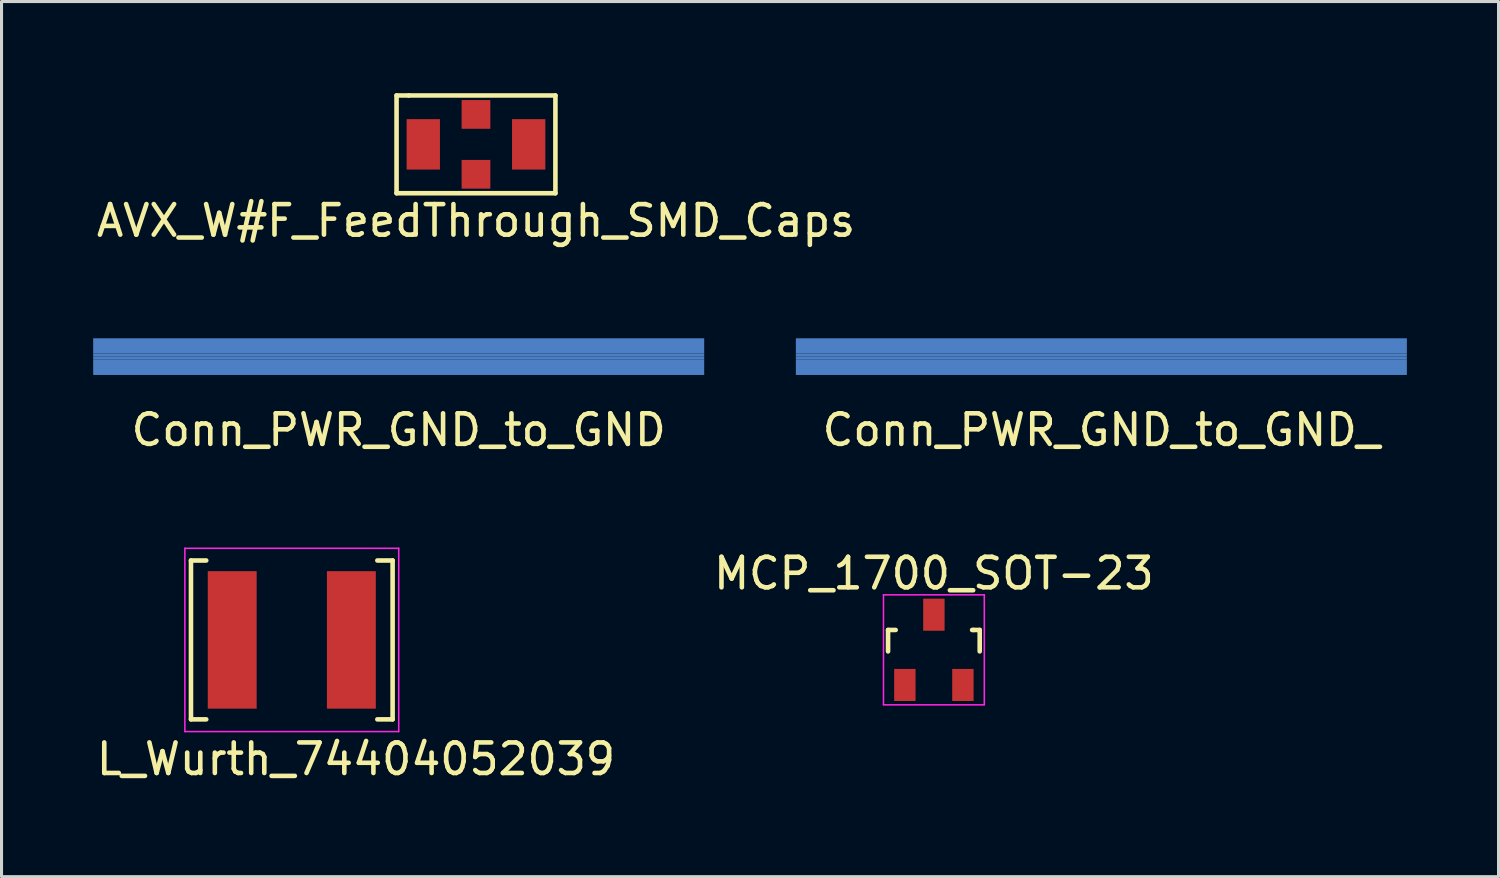
<source format=kicad_pcb>
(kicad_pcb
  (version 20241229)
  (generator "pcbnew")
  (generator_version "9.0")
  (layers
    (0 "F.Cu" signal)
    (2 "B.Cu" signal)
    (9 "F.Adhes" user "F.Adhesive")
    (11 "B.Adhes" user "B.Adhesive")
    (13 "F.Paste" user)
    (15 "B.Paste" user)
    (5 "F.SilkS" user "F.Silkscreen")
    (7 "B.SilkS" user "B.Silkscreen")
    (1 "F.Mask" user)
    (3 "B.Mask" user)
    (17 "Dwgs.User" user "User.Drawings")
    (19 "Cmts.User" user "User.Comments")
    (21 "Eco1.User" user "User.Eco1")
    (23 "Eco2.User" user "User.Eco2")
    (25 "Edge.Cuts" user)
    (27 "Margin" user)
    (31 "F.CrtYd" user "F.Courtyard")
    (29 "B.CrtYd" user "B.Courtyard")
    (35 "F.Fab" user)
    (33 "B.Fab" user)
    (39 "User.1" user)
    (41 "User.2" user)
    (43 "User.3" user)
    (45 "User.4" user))
  (footprint "L_Wurth_74404052039"
    (layer "F.Cu")
    (at 6.501 17.896)
    (property "Reference" "L_Wurth_74404052039" (at 2.1 3.9 0) (layer "F.SilkS") (effects (font (size 1 1) (thickness 0.15))))
    (attr through_hole)
    (fp_line (start -3.3 -2.6) (end -3.3 2.6) (stroke (width 0.15) (type solid)) (layer "F.SilkS"))
    (fp_line (start -3.3 2.6) (end -2.8 2.6) (stroke (width 0.15) (type solid)) (layer "F.SilkS"))
    (fp_line (start -2.8 -2.6) (end -3.3 -2.6) (stroke (width 0.15) (type solid)) (layer "F.SilkS"))
    (fp_line (start 2.8 2.6) (end 3.3 2.6) (stroke (width 0.15) (type solid)) (layer "F.SilkS"))
    (fp_line (start 3.3 -2.6) (end 2.8 -2.6) (stroke (width 0.15) (type solid)) (layer "F.SilkS"))
    (fp_line (start 3.3 2.6) (end 3.3 -2.6) (stroke (width 0.15) (type solid)) (layer "F.SilkS"))
    (fp_line (start -3.5 -3) (end 3.5 -3) (stroke (width 0.05) (type solid)) (layer "F.CrtYd"))
    (fp_line (start -3.5 3) (end -3.5 -3) (stroke (width 0.05) (type solid)) (layer "F.CrtYd"))
    (fp_line (start 3.5 -3) (end 3.5 3) (stroke (width 0.05) (type solid)) (layer "F.CrtYd"))
    (fp_line (start 3.5 3) (end -3.5 3) (stroke (width 0.05) (type solid)) (layer "F.CrtYd"))
    (pad "1" smd rect (at -1.95 0) (size 1.6 4.5) (layers "F.Cu" "F.Mask" "F.Paste"))
    (pad "2" smd rect (at 1.95 0) (size 1.6 4.5) (layers "F.Cu" "F.Mask" "F.Paste")))
  (footprint "Conn_PWR_GND_to_GND"
    (layer "F.Cu")
    (at 10 8.623)
    (property "Reference" "Conn_PWR_GND_to_GND" (at 0 2.4 0) (layer "F.SilkS") (effects (font (size 1 1) (thickness 0.15))))
    (attr through_hole)
    (pad "1" smd rect (at 0 -0.35) (size 20 0.5) (layers "B.Cu"))
    (pad "2" smd rect (at 0 0.35) (size 20 0.5) (layers "B.Cu"))
    (pad "GND" smd rect (at 0 -0.05) (size 20 0.1) (layers "B.Cu"))
    (pad "PWR_" smd rect (at 0 0.05) (size 20 0.1) (layers "B.Cu")))
  (footprint "MCP_1700_SOT-23"
    (layer "F.Cu")
    (at 27.518 18.22)
    (property "Reference" "MCP_1700_SOT-23" (at 0 -2.5 0) (layer "F.SilkS") (effects (font (size 1 1) (thickness 0.15))))
    (attr smd)
    (fp_line (start -1.5 -0.65) (end -1.251 -0.65) (stroke (width 0.15) (type solid)) (layer "F.SilkS"))
    (fp_line (start -1.5 0.051) (end -1.5 -0.65) (stroke (width 0.15) (type solid)) (layer "F.SilkS"))
    (fp_line (start 1.299 -0.65) (end 1.251 -0.65) (stroke (width 0.15) (type solid)) (layer "F.SilkS"))
    (fp_line (start 1.299 -0.65) (end 1.5 -0.65) (stroke (width 0.15) (type solid)) (layer "F.SilkS"))
    (fp_line (start 1.5 -0.65) (end 1.5 0.051) (stroke (width 0.15) (type solid)) (layer "F.SilkS"))
    (fp_line (start -1.65 -1.8) (end 1.65 -1.8) (stroke (width 0.05) (type solid)) (layer "F.CrtYd"))
    (fp_line (start -1.65 1.8) (end -1.65 -1.8) (stroke (width 0.05) (type solid)) (layer "F.CrtYd"))
    (fp_line (start 1.65 -1.8) (end 1.65 1.8) (stroke (width 0.05) (type solid)) (layer "F.CrtYd"))
    (fp_line (start 1.65 1.8) (end -1.65 1.8) (stroke (width 0.05) (type solid)) (layer "F.CrtYd"))
    (pad "1" smd rect (at -0.95 1.15) (size 0.7 1.05) (layers "F.Cu" "F.Mask" "F.Paste"))
    (pad "2" smd rect (at 0.95 1.15) (size 0.7 1.05) (layers "F.Cu" "F.Mask" "F.Paste"))
    (pad "3" smd rect (at 0 -1.15) (size 0.7 1.05) (layers "F.Cu" "F.Mask" "F.Paste")))
  (footprint "AVX_W#F_FeedThrough_SMD_Caps"
    (layer "F.Cu")
    (at 12.53 1.675)
    (property "Reference" "AVX_W#F_FeedThrough_SMD_Caps" (at 0 2.5 0) (layer "F.SilkS") (effects (font (size 1 1) (thickness 0.15))))
    (attr through_hole)
    (fp_line (start -2.6 -1.6) (end -2.2 -1.6) (stroke (width 0.15) (type solid)) (layer "F.SilkS"))
    (fp_line (start -2.6 1.6) (end -2.6 -1.6) (stroke (width 0.15) (type solid)) (layer "F.SilkS"))
    (fp_line (start -2.2 -1.6) (end 2.6 -1.6) (stroke (width 0.15) (type solid)) (layer "F.SilkS"))
    (fp_line (start 2.6 -1.6) (end 2.6 1.6) (stroke (width 0.15) (type solid)) (layer "F.SilkS"))
    (fp_line (start 2.6 1.6) (end -2.6 1.6) (stroke (width 0.15) (type solid)) (layer "F.SilkS"))
    (pad "1" smd rect (at -1.725 0) (size 1.09 1.65) (layers "F.Cu" "F.Mask" "F.Paste"))
    (pad "2" smd rect (at 1.725 0) (size 1.09 1.65) (layers "F.Cu" "F.Mask" "F.Paste"))
    (pad "GND" smd rect (at 0 -0.98) (size 0.94 0.94) (layers "F.Cu" "F.Mask" "F.Paste"))
    (pad "GND" smd rect (at 0 0.98) (size 0.94 0.94) (layers "F.Cu" "F.Mask" "F.Paste")))
  (footprint "Conn_PWR_GND_to_GND_"
    (layer "F.Cu")
    (at 33 8.623)
    (property "Reference" "Conn_PWR_GND_to_GND_" (at 0 2.4 0) (layer "F.SilkS") (effects (font (size 1 1) (thickness 0.15))))
    (attr through_hole)
    (pad "1" smd rect (at 0 -0.35) (size 20 0.5) (layers "B.Cu"))
    (pad "2" smd rect (at 0 0.35) (size 20 0.5) (layers "B.Cu"))
    (pad "GND" smd rect (at 0 -0.05) (size 20 0.1) (layers "B.Cu"))
    (pad "PWR_" smd rect (at 0 0.05) (size 20 0.1) (layers "B.Cu")))
  (gr_rect
    (start -3 -3)
    (end 46 25.645)
    (stroke (width 0.1) (type default))
    (fill no)
    (layer "Edge.Cuts")))
</source>
